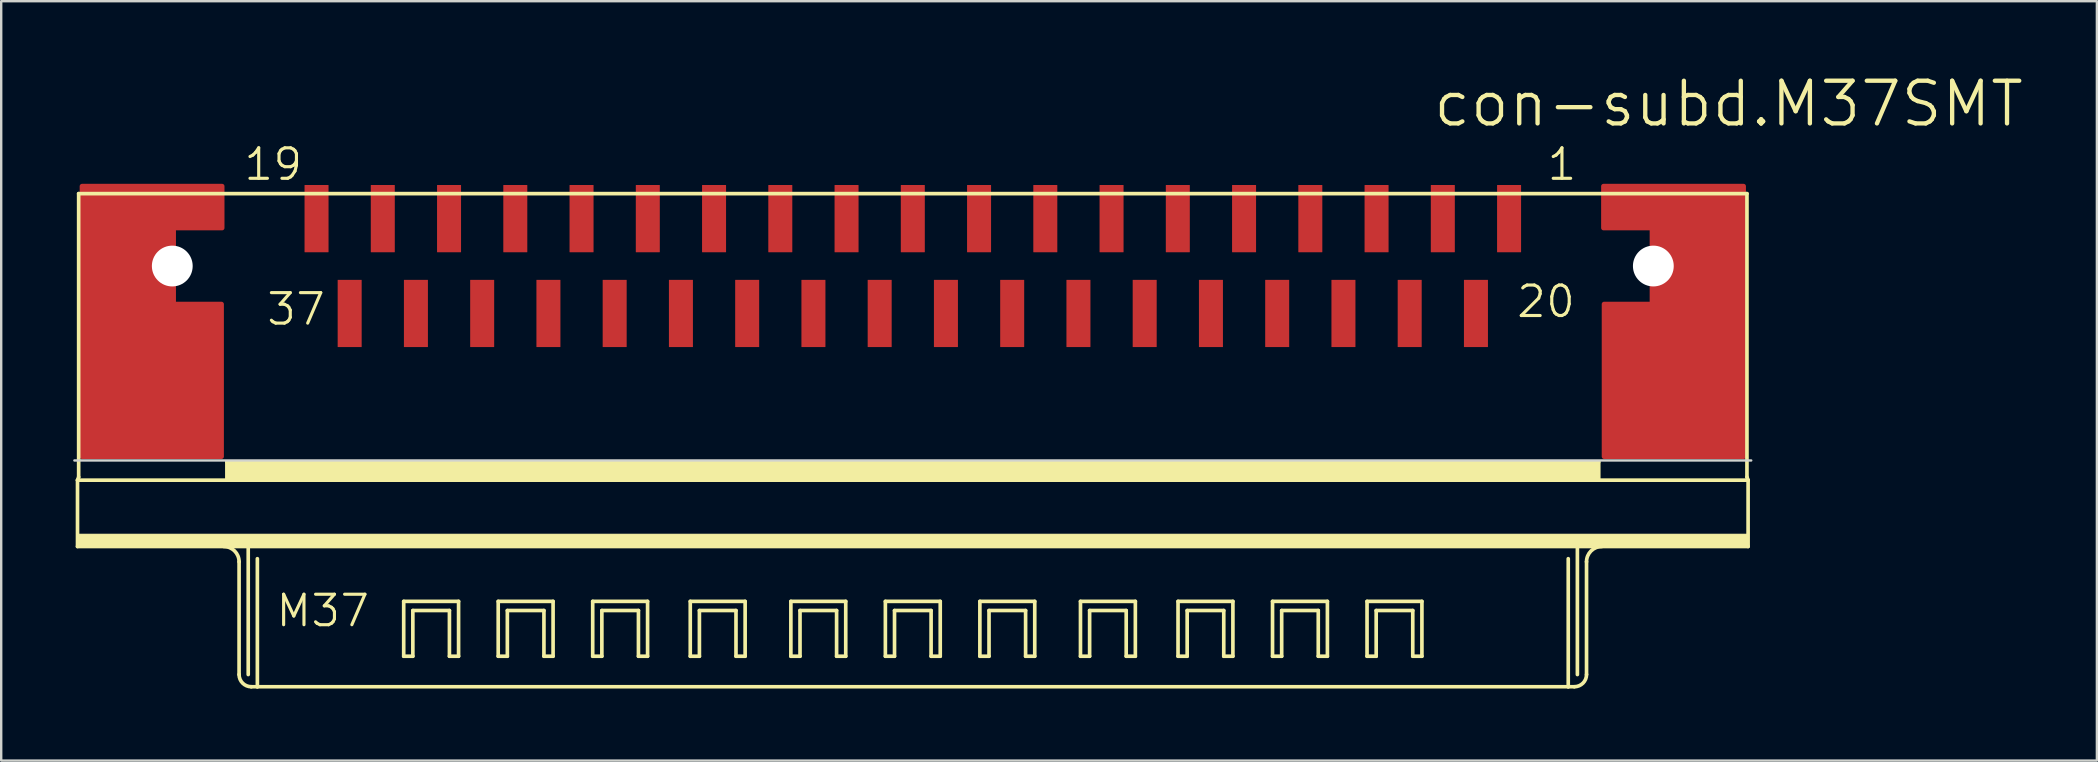
<source format=kicad_pcb>
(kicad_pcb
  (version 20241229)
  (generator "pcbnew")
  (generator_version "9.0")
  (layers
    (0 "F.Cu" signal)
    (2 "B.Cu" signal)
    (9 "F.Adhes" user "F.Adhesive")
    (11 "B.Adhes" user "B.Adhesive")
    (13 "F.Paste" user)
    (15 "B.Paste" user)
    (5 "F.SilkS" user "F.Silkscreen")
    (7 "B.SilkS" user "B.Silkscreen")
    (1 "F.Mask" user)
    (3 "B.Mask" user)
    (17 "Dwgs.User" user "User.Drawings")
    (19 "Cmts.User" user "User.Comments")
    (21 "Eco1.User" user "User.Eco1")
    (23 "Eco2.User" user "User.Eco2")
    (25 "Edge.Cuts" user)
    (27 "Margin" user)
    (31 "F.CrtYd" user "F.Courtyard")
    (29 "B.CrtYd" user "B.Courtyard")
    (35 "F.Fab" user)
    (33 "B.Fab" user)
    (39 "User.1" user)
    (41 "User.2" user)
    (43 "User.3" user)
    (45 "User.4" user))
  (footprint "con-subd.M37SMT"
    (layer "F.Cu")
    (at 34.977 8.033)
    (property "Reference" "con-subd.M37SMT" (at 21.59 -5.715 0) (layer "F.SilkS") (effects (font (size 1.778 1.778) (thickness 0.18)) (justify left bottom)))
    (attr smd)
    (fp_poly (pts (xy -34.608 7.938) (xy -28.8 7.938) (xy -28.8 1.587) (xy -30.797 1.587) (xy -30.797 -1.587) (xy -28.775 -1.587) (xy -28.775 -3.325) (xy -34.608 -3.325)) (stroke (width 0.2) (type default)) (fill yes) (layer "F.Cu"))
    (fp_poly (pts (xy 34.608 7.938) (xy 28.8 7.938) (xy 28.8 1.587) (xy 30.797 1.587) (xy 30.797 -1.587) (xy 28.775 -1.587) (xy 28.775 -3.325) (xy 34.608 -3.325)) (stroke (width 0.2) (type default)) (fill yes) (layer "F.Cu"))
    (fp_line (start -34.798 8.92) (end -34.75 8.793) (stroke (width 0.152) (type default)) (layer "F.SilkS"))
    (fp_line (start -34.798 11.684) (end -34.798 8.92) (stroke (width 0.152) (type default)) (layer "F.SilkS"))
    (fp_line (start -34.75 -3.016) (end -34.75 8.793) (stroke (width 0.152) (type default)) (layer "F.SilkS"))
    (fp_line (start -28.575 8.92) (end -34.798 8.92) (stroke (width 0.152) (type default)) (layer "F.SilkS"))
    (fp_line (start -28.575 8.92) (end -28.575 8.158) (stroke (width 0.152) (type default)) (layer "F.SilkS"))
    (fp_line (start -28.067 12.319) (end -28.067 17.018) (stroke (width 0.152) (type default)) (layer "F.SilkS"))
    (fp_line (start -27.686 11.684) (end -34.798 11.684) (stroke (width 0.152) (type default)) (layer "F.SilkS"))
    (fp_line (start -27.686 11.684) (end -27.686 17.018) (stroke (width 0.152) (type default)) (layer "F.SilkS"))
    (fp_line (start -27.305 12.192) (end -27.305 17.526) (stroke (width 0.152) (type default)) (layer "F.SilkS"))
    (fp_line (start -27.305 17.526) (end -27.559 17.526) (stroke (width 0.152) (type default)) (layer "F.SilkS"))
    (fp_line (start -21.209 13.97) (end -18.923 13.97) (stroke (width 0.152) (type default)) (layer "F.SilkS"))
    (fp_line (start -21.209 16.256) (end -21.209 13.97) (stroke (width 0.152) (type default)) (layer "F.SilkS"))
    (fp_line (start -20.828 14.351) (end -20.828 16.256) (stroke (width 0.152) (type default)) (layer "F.SilkS"))
    (fp_line (start -20.828 16.256) (end -21.209 16.256) (stroke (width 0.152) (type default)) (layer "F.SilkS"))
    (fp_line (start -19.304 14.351) (end -20.828 14.351) (stroke (width 0.152) (type default)) (layer "F.SilkS"))
    (fp_line (start -19.304 16.256) (end -19.304 14.351) (stroke (width 0.152) (type default)) (layer "F.SilkS"))
    (fp_line (start -18.923 13.97) (end -18.923 16.256) (stroke (width 0.152) (type default)) (layer "F.SilkS"))
    (fp_line (start -18.923 16.256) (end -19.304 16.256) (stroke (width 0.152) (type default)) (layer "F.SilkS"))
    (fp_line (start -17.272 13.97) (end -14.986 13.97) (stroke (width 0.152) (type default)) (layer "F.SilkS"))
    (fp_line (start -17.272 16.256) (end -17.272 13.97) (stroke (width 0.152) (type default)) (layer "F.SilkS"))
    (fp_line (start -16.891 14.351) (end -16.891 16.256) (stroke (width 0.152) (type default)) (layer "F.SilkS"))
    (fp_line (start -16.891 16.256) (end -17.272 16.256) (stroke (width 0.152) (type default)) (layer "F.SilkS"))
    (fp_line (start -15.367 14.351) (end -16.891 14.351) (stroke (width 0.152) (type default)) (layer "F.SilkS"))
    (fp_line (start -15.367 16.256) (end -15.367 14.351) (stroke (width 0.152) (type default)) (layer "F.SilkS"))
    (fp_line (start -14.986 13.97) (end -14.986 16.256) (stroke (width 0.152) (type default)) (layer "F.SilkS"))
    (fp_line (start -14.986 16.256) (end -15.367 16.256) (stroke (width 0.152) (type default)) (layer "F.SilkS"))
    (fp_line (start -13.335 13.97) (end -11.049 13.97) (stroke (width 0.152) (type default)) (layer "F.SilkS"))
    (fp_line (start -13.335 16.256) (end -13.335 13.97) (stroke (width 0.152) (type default)) (layer "F.SilkS"))
    (fp_line (start -12.954 14.351) (end -12.954 16.256) (stroke (width 0.152) (type default)) (layer "F.SilkS"))
    (fp_line (start -12.954 16.256) (end -13.335 16.256) (stroke (width 0.152) (type default)) (layer "F.SilkS"))
    (fp_line (start -11.43 14.351) (end -12.954 14.351) (stroke (width 0.152) (type default)) (layer "F.SilkS"))
    (fp_line (start -11.43 16.256) (end -11.43 14.351) (stroke (width 0.152) (type default)) (layer "F.SilkS"))
    (fp_line (start -11.049 13.97) (end -11.049 16.256) (stroke (width 0.152) (type default)) (layer "F.SilkS"))
    (fp_line (start -11.049 16.256) (end -11.43 16.256) (stroke (width 0.152) (type default)) (layer "F.SilkS"))
    (fp_line (start -9.271 13.97) (end -6.985 13.97) (stroke (width 0.152) (type default)) (layer "F.SilkS"))
    (fp_line (start -9.271 16.256) (end -9.271 13.97) (stroke (width 0.152) (type default)) (layer "F.SilkS"))
    (fp_line (start -8.89 14.351) (end -8.89 16.256) (stroke (width 0.152) (type default)) (layer "F.SilkS"))
    (fp_line (start -8.89 16.256) (end -9.271 16.256) (stroke (width 0.152) (type default)) (layer "F.SilkS"))
    (fp_line (start -7.366 14.351) (end -8.89 14.351) (stroke (width 0.152) (type default)) (layer "F.SilkS"))
    (fp_line (start -7.366 16.256) (end -7.366 14.351) (stroke (width 0.152) (type default)) (layer "F.SilkS"))
    (fp_line (start -6.985 13.97) (end -6.985 16.256) (stroke (width 0.152) (type default)) (layer "F.SilkS"))
    (fp_line (start -6.985 16.256) (end -7.366 16.256) (stroke (width 0.152) (type default)) (layer "F.SilkS"))
    (fp_line (start -5.08 13.97) (end -2.794 13.97) (stroke (width 0.152) (type default)) (layer "F.SilkS"))
    (fp_line (start -5.08 16.256) (end -5.08 13.97) (stroke (width 0.152) (type default)) (layer "F.SilkS"))
    (fp_line (start -4.699 14.351) (end -4.699 16.256) (stroke (width 0.152) (type default)) (layer "F.SilkS"))
    (fp_line (start -4.699 16.256) (end -5.08 16.256) (stroke (width 0.152) (type default)) (layer "F.SilkS"))
    (fp_line (start -3.175 14.351) (end -4.699 14.351) (stroke (width 0.152) (type default)) (layer "F.SilkS"))
    (fp_line (start -3.175 16.256) (end -3.175 14.351) (stroke (width 0.152) (type default)) (layer "F.SilkS"))
    (fp_line (start -2.794 13.97) (end -2.794 16.256) (stroke (width 0.152) (type default)) (layer "F.SilkS"))
    (fp_line (start -2.794 16.256) (end -3.175 16.256) (stroke (width 0.152) (type default)) (layer "F.SilkS"))
    (fp_line (start -1.143 13.97) (end 1.143 13.97) (stroke (width 0.152) (type default)) (layer "F.SilkS"))
    (fp_line (start -1.143 16.256) (end -1.143 13.97) (stroke (width 0.152) (type default)) (layer "F.SilkS"))
    (fp_line (start -0.762 14.351) (end -0.762 16.256) (stroke (width 0.152) (type default)) (layer "F.SilkS"))
    (fp_line (start -0.762 16.256) (end -1.143 16.256) (stroke (width 0.152) (type default)) (layer "F.SilkS"))
    (fp_line (start 0.762 14.351) (end -0.762 14.351) (stroke (width 0.152) (type default)) (layer "F.SilkS"))
    (fp_line (start 0.762 16.256) (end 0.762 14.351) (stroke (width 0.152) (type default)) (layer "F.SilkS"))
    (fp_line (start 1.143 13.97) (end 1.143 16.256) (stroke (width 0.152) (type default)) (layer "F.SilkS"))
    (fp_line (start 1.143 16.256) (end 0.762 16.256) (stroke (width 0.152) (type default)) (layer "F.SilkS"))
    (fp_line (start 2.794 13.97) (end 5.08 13.97) (stroke (width 0.152) (type default)) (layer "F.SilkS"))
    (fp_line (start 2.794 16.256) (end 2.794 13.97) (stroke (width 0.152) (type default)) (layer "F.SilkS"))
    (fp_line (start 3.175 14.351) (end 3.175 16.256) (stroke (width 0.152) (type default)) (layer "F.SilkS"))
    (fp_line (start 3.175 16.256) (end 2.794 16.256) (stroke (width 0.152) (type default)) (layer "F.SilkS"))
    (fp_line (start 4.699 14.351) (end 3.175 14.351) (stroke (width 0.152) (type default)) (layer "F.SilkS"))
    (fp_line (start 4.699 16.256) (end 4.699 14.351) (stroke (width 0.152) (type default)) (layer "F.SilkS"))
    (fp_line (start 5.08 13.97) (end 5.08 16.256) (stroke (width 0.152) (type default)) (layer "F.SilkS"))
    (fp_line (start 5.08 16.256) (end 4.699 16.256) (stroke (width 0.152) (type default)) (layer "F.SilkS"))
    (fp_line (start 6.985 13.97) (end 9.271 13.97) (stroke (width 0.152) (type default)) (layer "F.SilkS"))
    (fp_line (start 6.985 16.256) (end 6.985 13.97) (stroke (width 0.152) (type default)) (layer "F.SilkS"))
    (fp_line (start 7.366 14.351) (end 7.366 16.256) (stroke (width 0.152) (type default)) (layer "F.SilkS"))
    (fp_line (start 7.366 16.256) (end 6.985 16.256) (stroke (width 0.152) (type default)) (layer "F.SilkS"))
    (fp_line (start 8.89 14.351) (end 7.366 14.351) (stroke (width 0.152) (type default)) (layer "F.SilkS"))
    (fp_line (start 8.89 16.256) (end 8.89 14.351) (stroke (width 0.152) (type default)) (layer "F.SilkS"))
    (fp_line (start 9.271 13.97) (end 9.271 16.256) (stroke (width 0.152) (type default)) (layer "F.SilkS"))
    (fp_line (start 9.271 16.256) (end 8.89 16.256) (stroke (width 0.152) (type default)) (layer "F.SilkS"))
    (fp_line (start 11.049 13.97) (end 13.335 13.97) (stroke (width 0.152) (type default)) (layer "F.SilkS"))
    (fp_line (start 11.049 16.256) (end 11.049 13.97) (stroke (width 0.152) (type default)) (layer "F.SilkS"))
    (fp_line (start 11.43 14.351) (end 11.43 16.256) (stroke (width 0.152) (type default)) (layer "F.SilkS"))
    (fp_line (start 11.43 16.256) (end 11.049 16.256) (stroke (width 0.152) (type default)) (layer "F.SilkS"))
    (fp_line (start 12.954 14.351) (end 11.43 14.351) (stroke (width 0.152) (type default)) (layer "F.SilkS"))
    (fp_line (start 12.954 16.256) (end 12.954 14.351) (stroke (width 0.152) (type default)) (layer "F.SilkS"))
    (fp_line (start 13.335 13.97) (end 13.335 16.256) (stroke (width 0.152) (type default)) (layer "F.SilkS"))
    (fp_line (start 13.335 16.256) (end 12.954 16.256) (stroke (width 0.152) (type default)) (layer "F.SilkS"))
    (fp_line (start 14.986 13.97) (end 17.272 13.97) (stroke (width 0.152) (type default)) (layer "F.SilkS"))
    (fp_line (start 14.986 16.256) (end 14.986 13.97) (stroke (width 0.152) (type default)) (layer "F.SilkS"))
    (fp_line (start 15.367 14.351) (end 15.367 16.256) (stroke (width 0.152) (type default)) (layer "F.SilkS"))
    (fp_line (start 15.367 16.256) (end 14.986 16.256) (stroke (width 0.152) (type default)) (layer "F.SilkS"))
    (fp_line (start 16.891 14.351) (end 15.367 14.351) (stroke (width 0.152) (type default)) (layer "F.SilkS"))
    (fp_line (start 16.891 16.256) (end 16.891 14.351) (stroke (width 0.152) (type default)) (layer "F.SilkS"))
    (fp_line (start 17.272 13.97) (end 17.272 16.256) (stroke (width 0.152) (type default)) (layer "F.SilkS"))
    (fp_line (start 17.272 16.256) (end 16.891 16.256) (stroke (width 0.152) (type default)) (layer "F.SilkS"))
    (fp_line (start 18.923 13.97) (end 21.209 13.97) (stroke (width 0.152) (type default)) (layer "F.SilkS"))
    (fp_line (start 18.923 16.256) (end 18.923 13.97) (stroke (width 0.152) (type default)) (layer "F.SilkS"))
    (fp_line (start 19.304 14.351) (end 19.304 16.256) (stroke (width 0.152) (type default)) (layer "F.SilkS"))
    (fp_line (start 19.304 16.256) (end 18.923 16.256) (stroke (width 0.152) (type default)) (layer "F.SilkS"))
    (fp_line (start 20.828 14.351) (end 19.304 14.351) (stroke (width 0.152) (type default)) (layer "F.SilkS"))
    (fp_line (start 20.828 16.256) (end 20.828 14.351) (stroke (width 0.152) (type default)) (layer "F.SilkS"))
    (fp_line (start 21.209 13.97) (end 21.209 16.256) (stroke (width 0.152) (type default)) (layer "F.SilkS"))
    (fp_line (start 21.209 16.256) (end 20.828 16.256) (stroke (width 0.152) (type default)) (layer "F.SilkS"))
    (fp_line (start 27.305 12.192) (end 27.305 17.526) (stroke (width 0.152) (type default)) (layer "F.SilkS"))
    (fp_line (start 27.305 17.526) (end -27.305 17.526) (stroke (width 0.152) (type default)) (layer "F.SilkS"))
    (fp_line (start 27.559 17.526) (end 27.305 17.526) (stroke (width 0.152) (type default)) (layer "F.SilkS"))
    (fp_line (start 27.686 11.684) (end -27.686 11.684) (stroke (width 0.152) (type default)) (layer "F.SilkS"))
    (fp_line (start 27.686 11.684) (end 27.686 17.018) (stroke (width 0.152) (type default)) (layer "F.SilkS"))
    (fp_line (start 28.067 12.319) (end 28.067 17.018) (stroke (width 0.152) (type default)) (layer "F.SilkS"))
    (fp_line (start 28.575 8.158) (end -28.575 8.158) (stroke (width 0.152) (type default)) (layer "F.SilkS"))
    (fp_line (start 28.575 8.92) (end -28.575 8.92) (stroke (width 0.152) (type default)) (layer "F.SilkS"))
    (fp_line (start 28.575 8.92) (end 28.575 8.158) (stroke (width 0.152) (type default)) (layer "F.SilkS"))
    (fp_line (start 34.75 -3.016) (end -34.75 -3.016) (stroke (width 0.152) (type default)) (layer "F.SilkS"))
    (fp_line (start 34.75 -3.016) (end 34.75 8.793) (stroke (width 0.152) (type default)) (layer "F.SilkS"))
    (fp_line (start 34.798 8.92) (end 28.575 8.92) (stroke (width 0.152) (type default)) (layer "F.SilkS"))
    (fp_line (start 34.798 8.92) (end 34.75 8.793) (stroke (width 0.152) (type default)) (layer "F.SilkS"))
    (fp_line (start 34.798 8.92) (end 34.798 11.684) (stroke (width 0.152) (type default)) (layer "F.SilkS"))
    (fp_line (start 34.798 11.684) (end 27.686 11.684) (stroke (width 0.152) (type default)) (layer "F.SilkS"))
    (fp_rect (start -34.798 11.684) (end 34.798 11.176) (stroke (width 0.05) (type default)) (fill yes) (layer "F.SilkS"))
    (fp_rect (start -28.575 8.92) (end 28.575 8.158) (stroke (width 0.05) (type default)) (fill yes) (layer "F.SilkS"))
    (fp_arc (start -28.702 11.684) (mid -28.252987 11.869987) (end -28.067 12.319) (stroke (width 0.1524) (type default)) (layer "F.SilkS"))
    (fp_arc (start -27.559 17.526) (mid -27.91821 17.37721) (end -28.067 17.018) (stroke (width 0.1524) (type default)) (layer "F.SilkS"))
    (fp_arc (start 28.067 12.319) (mid 28.252987 11.869987) (end 28.702 11.684) (stroke (width 0.1524) (type default)) (layer "F.SilkS"))
    (fp_arc (start 28.067 17.018) (mid 27.91821 17.37721) (end 27.559 17.526) (stroke (width 0.1524) (type default)) (layer "F.SilkS"))
    (fp_line (start -34.928 8.1) (end 34.928 8.1) (stroke (width 0.1) (type default)) (layer "Edge.Cuts"))
    (fp_text user "20" (at 25.082 2.223 0) (layer "F.SilkS") (effects (font (size 1.27 1.27) (thickness 0.13)) (justify left bottom)))
    (fp_text user "19" (at -27.94 -3.493 0) (layer "F.SilkS") (effects (font (size 1.27 1.27) (thickness 0.13)) (justify left bottom)))
    (fp_text user "1" (at 26.352 -3.493 0) (layer "F.SilkS") (effects (font (size 1.27 1.27) (thickness 0.13)) (justify left bottom)))
    (fp_text user "37" (at -26.988 2.54 0) (layer "F.SilkS") (effects (font (size 1.27 1.27) (thickness 0.13)) (justify left bottom)))
    (fp_text user "M37" (at -26.599 15.104 0) (layer "F.SilkS") (effects (font (size 1.27 1.27) (thickness 0.13)) (justify left bottom)))
    (pad "" np_thru_hole circle (at -30.85 0) (size 1.7 1.7) (drill 1.7) (layers "*.Cu" "*.Mask"))
    (pad "" np_thru_hole circle (at 30.85 0) (size 1.7 1.7) (drill 1.7) (layers "*.Cu" "*.Mask"))
    (pad "1" smd roundrect (at 24.84 -1.975) (size 1 2.8) (layers "F.Cu" "F.Mask" "F.Paste") (roundrect_rratio 0.01))
    (pad "2" smd roundrect (at 22.08 -1.975) (size 1 2.8) (layers "F.Cu" "F.Mask" "F.Paste") (roundrect_rratio 0.01))
    (pad "3" smd roundrect (at 19.32 -1.975) (size 1 2.8) (layers "F.Cu" "F.Mask" "F.Paste") (roundrect_rratio 0.01))
    (pad "4" smd roundrect (at 16.56 -1.975) (size 1 2.8) (layers "F.Cu" "F.Mask" "F.Paste") (roundrect_rratio 0.01))
    (pad "5" smd roundrect (at 13.8 -1.975) (size 1 2.8) (layers "F.Cu" "F.Mask" "F.Paste") (roundrect_rratio 0.01))
    (pad "6" smd roundrect (at 11.04 -1.975) (size 1 2.8) (layers "F.Cu" "F.Mask" "F.Paste") (roundrect_rratio 0.01))
    (pad "7" smd roundrect (at 8.28 -1.975) (size 1 2.8) (layers "F.Cu" "F.Mask" "F.Paste") (roundrect_rratio 0.01))
    (pad "8" smd roundrect (at 5.52 -1.975) (size 1 2.8) (layers "F.Cu" "F.Mask" "F.Paste") (roundrect_rratio 0.01))
    (pad "9" smd roundrect (at 2.76 -1.975) (size 1 2.8) (layers "F.Cu" "F.Mask" "F.Paste") (roundrect_rratio 0.01))
    (pad "10" smd roundrect (at 0 -1.975) (size 1 2.8) (layers "F.Cu" "F.Mask" "F.Paste") (roundrect_rratio 0.01))
    (pad "11" smd roundrect (at -2.76 -1.975) (size 1 2.8) (layers "F.Cu" "F.Mask" "F.Paste") (roundrect_rratio 0.01))
    (pad "12" smd roundrect (at -5.52 -1.975) (size 1 2.8) (layers "F.Cu" "F.Mask" "F.Paste") (roundrect_rratio 0.01))
    (pad "13" smd roundrect (at -8.28 -1.975) (size 1 2.8) (layers "F.Cu" "F.Mask" "F.Paste") (roundrect_rratio 0.01))
    (pad "14" smd roundrect (at -11.04 -1.975) (size 1 2.8) (layers "F.Cu" "F.Mask" "F.Paste") (roundrect_rratio 0.01))
    (pad "15" smd roundrect (at -13.8 -1.975) (size 1 2.8) (layers "F.Cu" "F.Mask" "F.Paste") (roundrect_rratio 0.01))
    (pad "16" smd roundrect (at -16.56 -1.975) (size 1 2.8) (layers "F.Cu" "F.Mask" "F.Paste") (roundrect_rratio 0.01))
    (pad "17" smd roundrect (at -19.32 -1.975) (size 1 2.8) (layers "F.Cu" "F.Mask" "F.Paste") (roundrect_rratio 0.01))
    (pad "18" smd roundrect (at -22.08 -1.975) (size 1 2.8) (layers "F.Cu" "F.Mask" "F.Paste") (roundrect_rratio 0.01))
    (pad "19" smd roundrect (at -24.84 -1.975) (size 1 2.8) (layers "F.Cu" "F.Mask" "F.Paste") (roundrect_rratio 0.01))
    (pad "20" smd roundrect (at 23.46 1.975) (size 1 2.8) (layers "F.Cu" "F.Mask" "F.Paste") (roundrect_rratio 0.01))
    (pad "21" smd roundrect (at 20.7 1.975) (size 1 2.8) (layers "F.Cu" "F.Mask" "F.Paste") (roundrect_rratio 0.01))
    (pad "22" smd roundrect (at 17.94 1.975) (size 1 2.8) (layers "F.Cu" "F.Mask" "F.Paste") (roundrect_rratio 0.01))
    (pad "23" smd roundrect (at 15.18 1.975) (size 1 2.8) (layers "F.Cu" "F.Mask" "F.Paste") (roundrect_rratio 0.01))
    (pad "24" smd roundrect (at 12.42 1.975) (size 1 2.8) (layers "F.Cu" "F.Mask" "F.Paste") (roundrect_rratio 0.01))
    (pad "25" smd roundrect (at 9.66 1.975) (size 1 2.8) (layers "F.Cu" "F.Mask" "F.Paste") (roundrect_rratio 0.01))
    (pad "26" smd roundrect (at 6.9 1.975) (size 1 2.8) (layers "F.Cu" "F.Mask" "F.Paste") (roundrect_rratio 0.01))
    (pad "27" smd roundrect (at 4.14 1.975) (size 1 2.8) (layers "F.Cu" "F.Mask" "F.Paste") (roundrect_rratio 0.01))
    (pad "28" smd roundrect (at 1.38 1.975) (size 1 2.8) (layers "F.Cu" "F.Mask" "F.Paste") (roundrect_rratio 0.01))
    (pad "29" smd roundrect (at -1.38 1.975) (size 1 2.8) (layers "F.Cu" "F.Mask" "F.Paste") (roundrect_rratio 0.01))
    (pad "30" smd roundrect (at -4.14 1.975) (size 1 2.8) (layers "F.Cu" "F.Mask" "F.Paste") (roundrect_rratio 0.01))
    (pad "31" smd roundrect (at -6.9 1.975) (size 1 2.8) (layers "F.Cu" "F.Mask" "F.Paste") (roundrect_rratio 0.01))
    (pad "32" smd roundrect (at -9.66 1.975) (size 1 2.8) (layers "F.Cu" "F.Mask" "F.Paste") (roundrect_rratio 0.01))
    (pad "33" smd roundrect (at -12.42 1.975) (size 1 2.8) (layers "F.Cu" "F.Mask" "F.Paste") (roundrect_rratio 0.01))
    (pad "34" smd roundrect (at -15.18 1.975) (size 1 2.8) (layers "F.Cu" "F.Mask" "F.Paste") (roundrect_rratio 0.01))
    (pad "35" smd roundrect (at -17.94 1.975) (size 1 2.8) (layers "F.Cu" "F.Mask" "F.Paste") (roundrect_rratio 0.01))
    (pad "36" smd roundrect (at -20.7 1.975) (size 1 2.8) (layers "F.Cu" "F.Mask" "F.Paste") (roundrect_rratio 0.01))
    (pad "37" smd roundrect (at -23.46 1.975) (size 1 2.8) (layers "F.Cu" "F.Mask" "F.Paste") (roundrect_rratio 0.01))
    (pad "S@1" smd roundrect (at 31.725 2.65) (size 1 1) (layers "F.Cu" "F.Mask" "F.Paste") (roundrect_rratio 0.01))
    (pad "S@2" smd roundrect (at -31.725 2.625) (size 1 1) (layers "F.Cu" "F.Mask" "F.Paste") (roundrect_rratio 0.01)))
  (gr_rect
    (start -3 -3)
    (end 84.305 28.635)
    (stroke (width 0.1) (type default))
    (fill no)
    (layer "Edge.Cuts")))
</source>
